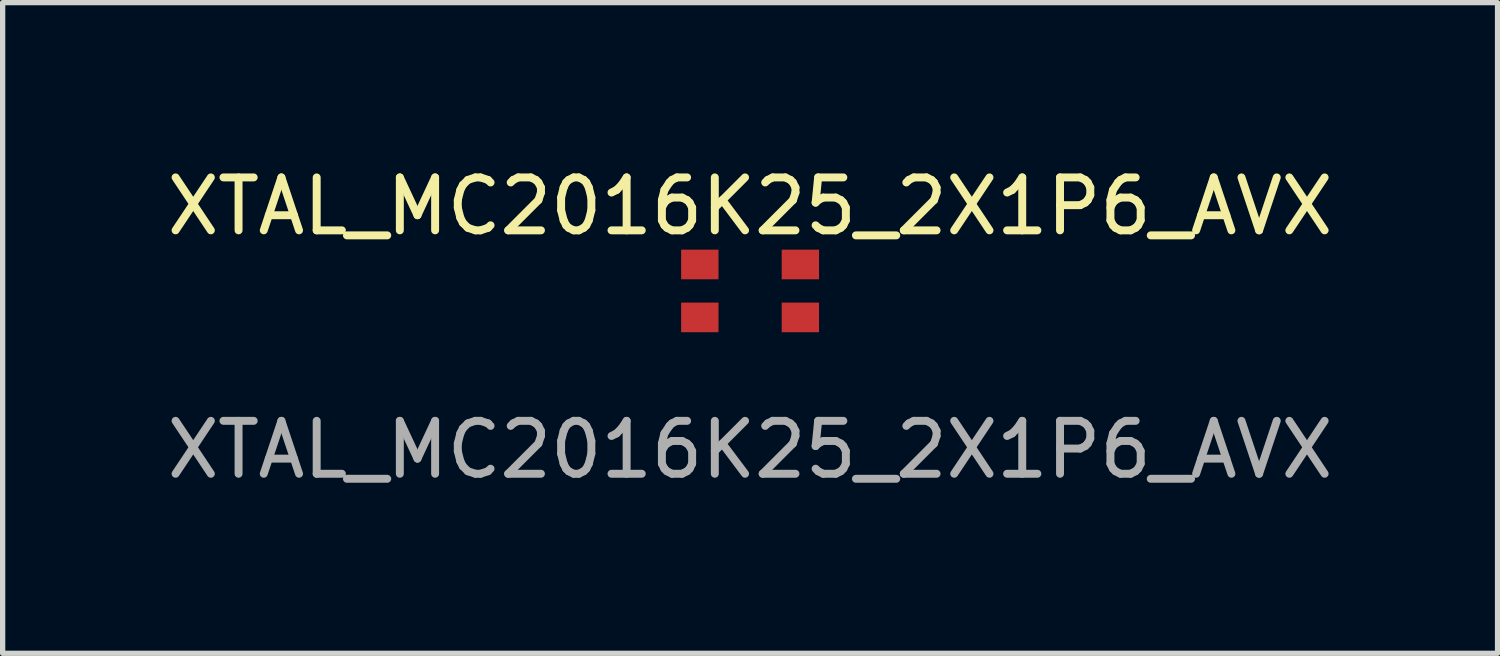
<source format=kicad_pcb>
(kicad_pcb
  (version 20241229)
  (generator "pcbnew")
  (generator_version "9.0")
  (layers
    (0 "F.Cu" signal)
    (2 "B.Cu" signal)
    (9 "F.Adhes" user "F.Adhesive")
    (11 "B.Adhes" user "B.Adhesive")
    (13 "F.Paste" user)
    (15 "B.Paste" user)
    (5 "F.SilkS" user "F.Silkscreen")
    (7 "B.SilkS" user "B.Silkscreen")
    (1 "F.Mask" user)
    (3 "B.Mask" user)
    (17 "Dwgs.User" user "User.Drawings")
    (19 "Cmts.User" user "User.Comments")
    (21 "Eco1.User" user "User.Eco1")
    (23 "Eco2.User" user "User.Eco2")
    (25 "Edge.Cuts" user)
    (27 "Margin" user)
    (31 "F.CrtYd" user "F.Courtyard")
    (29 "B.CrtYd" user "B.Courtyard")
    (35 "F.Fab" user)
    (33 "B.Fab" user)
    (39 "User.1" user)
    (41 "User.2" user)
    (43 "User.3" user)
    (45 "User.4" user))
  (footprint "XTAL_MC2016K25_2X1P6_AVX"
    (layer "F.Cu")
    (at 11.125 2.448)
    (property "Reference" "XTAL_MC2016K25_2X1P6_AVX" (at 0 -1.6 0) (unlocked yes) (layer "F.SilkS") (effects (font (size 1 1) (thickness 0.15))))
    (attr smd)
    (fp_text user "${REFERENCE}" (at 0 3 0) (unlocked yes) (layer "F.Fab") (effects (font (size 1 1) (thickness 0.15))))
    (pad "1" smd rect (at -0.95 0.5) (size 0.706 0.56) (layers "F.Cu" "F.Mask" "F.Paste"))
    (pad "2" smd rect (at 0.95 0.5) (size 0.706 0.56) (layers "F.Cu" "F.Mask" "F.Paste"))
    (pad "3" smd rect (at 0.95 -0.5) (size 0.706 0.56) (layers "F.Cu" "F.Mask" "F.Paste"))
    (pad "4" smd rect (at -0.95 -0.5) (size 0.706 0.56) (layers "F.Cu" "F.Mask" "F.Paste")))
  (gr_rect
    (start -3 -3)
    (end 25.25 9.296)
    (stroke (width 0.1) (type default))
    (fill no)
    (layer "Edge.Cuts")))
</source>
